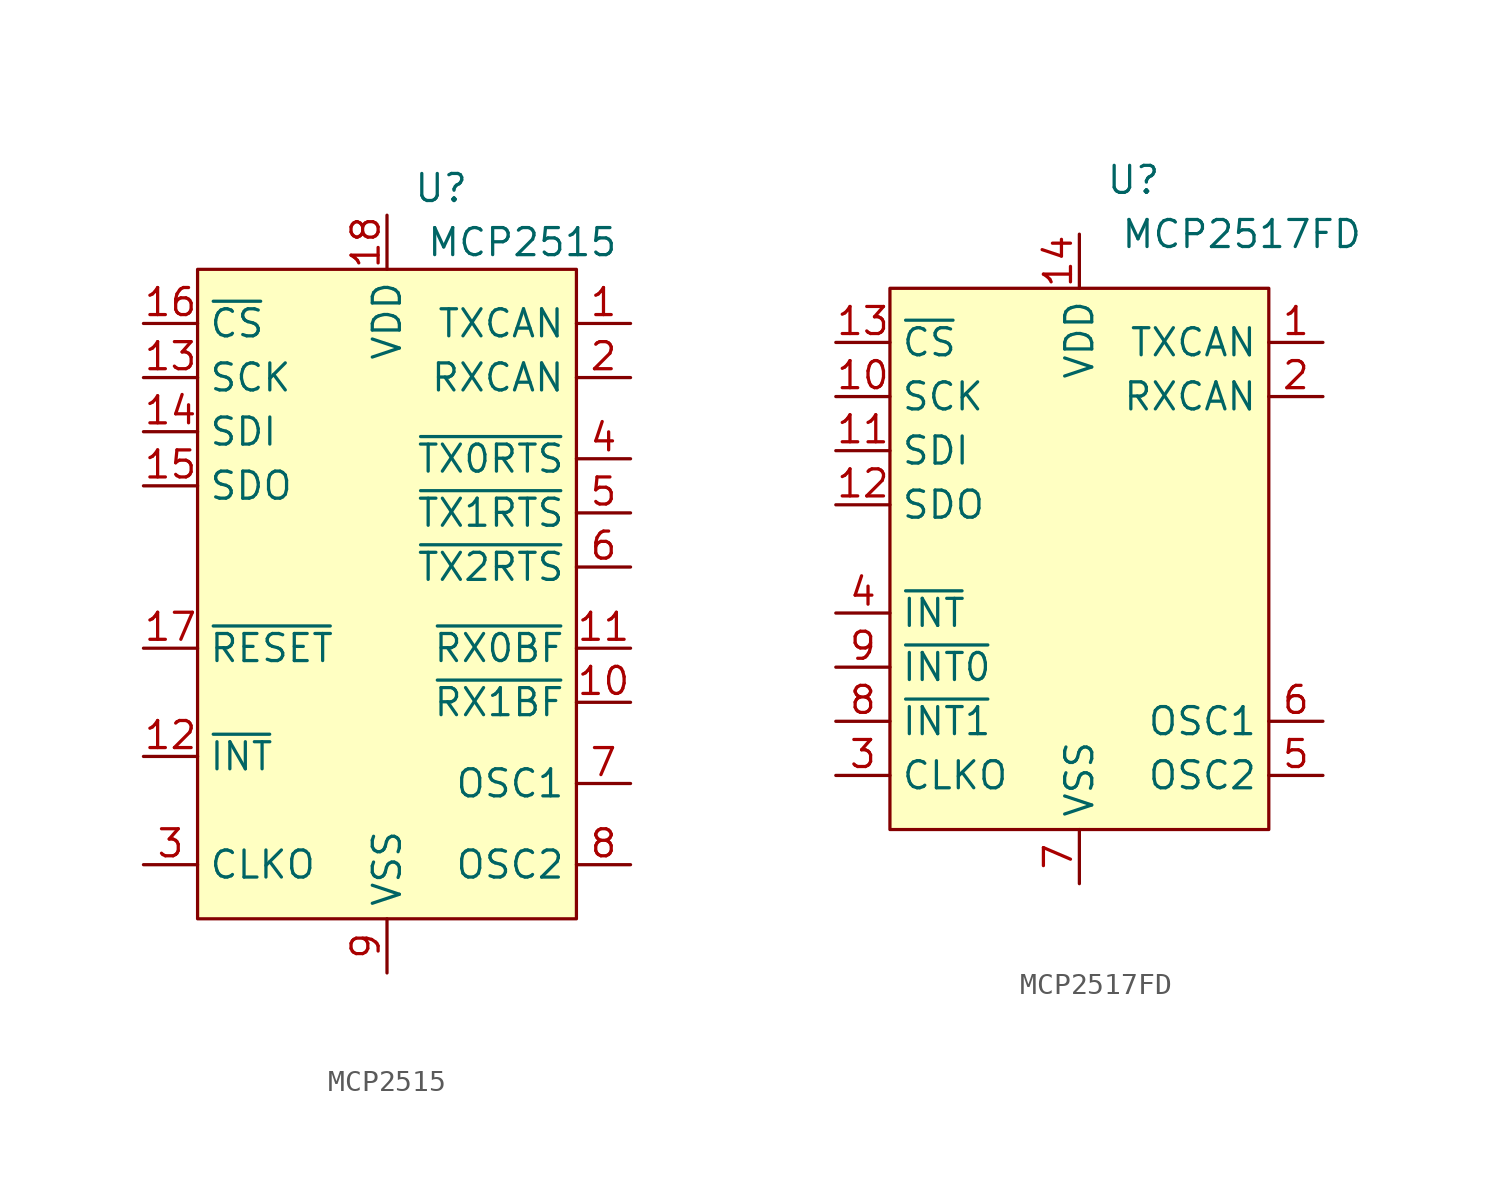
<source format=kicad_sym>
(kicad_symbol_lib
  (version 20211014)
  (generator kicad_symbol_editor)
  (symbol "MCP2515"
    (property "Reference" "U"
      (at 2.54 19.05 0)
      (effects (font (size 1.27 1.27))))
    (property "Value" "MCP2515"
      (at 6.35 16.51 0)
      (effects (font (size 1.27 1.27))))
    (symbol "MCP2515_0_1"
      (rectangle (start -8.89 15.24) (end 8.89 -15.24) (stroke (width 0.152) (type default) (color 0 0 0 0)) (fill (type background))))
    (symbol "MCP2515_1_1"
      (pin output line (at 11.43 12.7 180) (length 2.54) (name "TXCAN" (effects (font (size 1.27 1.27)))) (number "1" (effects (font (size 1.27 1.27)))))
      (pin output line (at 11.43 -5.08 180) (length 2.54) (name "~{RX1BF}" (effects (font (size 1.27 1.27)))) (number "10" (effects (font (size 1.27 1.27)))))
      (pin output line (at 11.43 -2.54 180) (length 2.54) (name "~{RX0BF}" (effects (font (size 1.27 1.27)))) (number "11" (effects (font (size 1.27 1.27)))))
      (pin output line (at -11.43 -7.62 0) (length 2.54) (name "~{INT}" (effects (font (size 1.27 1.27)))) (number "12" (effects (font (size 1.27 1.27)))))
      (pin input line (at -11.43 10.16 0) (length 2.54) (name "SCK" (effects (font (size 1.27 1.27)))) (number "13" (effects (font (size 1.27 1.27)))))
      (pin input line (at -11.43 7.62 0) (length 2.54) (name "SDI" (effects (font (size 1.27 1.27)))) (number "14" (effects (font (size 1.27 1.27)))))
      (pin output line (at -11.43 5.08 0) (length 2.54) (name "SDO" (effects (font (size 1.27 1.27)))) (number "15" (effects (font (size 1.27 1.27)))))
      (pin input line (at -11.43 12.7 0) (length 2.54) (name "~{CS}" (effects (font (size 1.27 1.27)))) (number "16" (effects (font (size 1.27 1.27)))))
      (pin input line (at -11.43 -2.54 0) (length 2.54) (name "~{RESET}" (effects (font (size 1.27 1.27)))) (number "17" (effects (font (size 1.27 1.27)))))
      (pin power_in line (at 0 17.78 270) (length 2.54) (name "VDD" (effects (font (size 1.27 1.27)))) (number "18" (effects (font (size 1.27 1.27)))))
      (pin input line (at 11.43 10.16 180) (length 2.54) (name "RXCAN" (effects (font (size 1.27 1.27)))) (number "2" (effects (font (size 1.27 1.27)))))
      (pin output line (at -11.43 -12.7 0) (length 2.54) (name "CLKO" (effects (font (size 1.27 1.27)))) (number "3" (effects (font (size 1.27 1.27)))))
      (pin input line (at 11.43 6.35 180) (length 2.54) (name "~{TX0RTS}" (effects (font (size 1.27 1.27)))) (number "4" (effects (font (size 1.27 1.27)))))
      (pin input line (at 11.43 3.81 180) (length 2.54) (name "~{TX1RTS}" (effects (font (size 1.27 1.27)))) (number "5" (effects (font (size 1.27 1.27)))))
      (pin input line (at 11.43 1.27 180) (length 2.54) (name "~{TX2RTS}" (effects (font (size 1.27 1.27)))) (number "6" (effects (font (size 1.27 1.27)))))
      (pin input line (at 11.43 -8.89 180) (length 2.54) (name "OSC1" (effects (font (size 1.27 1.27)))) (number "7" (effects (font (size 1.27 1.27)))))
      (pin output line (at 11.43 -12.7 180) (length 2.54) (name "OSC2" (effects (font (size 1.27 1.27)))) (number "8" (effects (font (size 1.27 1.27)))))
      (pin power_in line (at 0 -17.78 90) (length 2.54) (name "VSS" (effects (font (size 1.27 1.27)))) (number "9" (effects (font (size 1.27 1.27)))))))
  (symbol "MCP2517FD"
    (property "Reference" "U"
      (at 2.54 17.78 0)
      (effects (font (size 1.27 1.27))))
    (property "Value" "MCP2517FD"
      (at 7.62 15.24 0)
      (effects (font (size 1.27 1.27))))
    (symbol "MCP2517FD_0_1"
      (rectangle (start -8.89 12.7) (end 8.89 -12.7) (stroke (width 0.152) (type default) (color 0 0 0 0)) (fill (type background))))
    (symbol "MCP2517FD_1_1"
      (pin output line (at 11.43 10.16 180) (length 2.54) (name "TXCAN" (effects (font (size 1.27 1.27)))) (number "1" (effects (font (size 1.27 1.27)))))
      (pin input line (at -11.43 7.62 0) (length 2.54) (name "SCK" (effects (font (size 1.27 1.27)))) (number "10" (effects (font (size 1.27 1.27)))))
      (pin input line (at -11.43 5.08 0) (length 2.54) (name "SDI" (effects (font (size 1.27 1.27)))) (number "11" (effects (font (size 1.27 1.27)))))
      (pin output line (at -11.43 2.54 0) (length 2.54) (name "SDO" (effects (font (size 1.27 1.27)))) (number "12" (effects (font (size 1.27 1.27)))))
      (pin input line (at -11.43 10.16 0) (length 2.54) (name "~{CS}" (effects (font (size 1.27 1.27)))) (number "13" (effects (font (size 1.27 1.27)))))
      (pin power_in line (at 0 15.24 270) (length 2.54) (name "VDD" (effects (font (size 1.27 1.27)))) (number "14" (effects (font (size 1.27 1.27)))))
      (pin input line (at 11.43 7.62 180) (length 2.54) (name "RXCAN" (effects (font (size 1.27 1.27)))) (number "2" (effects (font (size 1.27 1.27)))))
      (pin output line (at -11.43 -10.16 0) (length 2.54) (name "CLKO" (effects (font (size 1.27 1.27)))) (number "3" (effects (font (size 1.27 1.27)))))
      (pin output line (at -11.43 -2.54 0) (length 2.54) (name "~{INT}" (effects (font (size 1.27 1.27)))) (number "4" (effects (font (size 1.27 1.27)))))
      (pin output line (at 11.43 -10.16 180) (length 2.54) (name "OSC2" (effects (font (size 1.27 1.27)))) (number "5" (effects (font (size 1.27 1.27)))))
      (pin input line (at 11.43 -7.62 180) (length 2.54) (name "OSC1" (effects (font (size 1.27 1.27)))) (number "6" (effects (font (size 1.27 1.27)))))
      (pin power_in line (at 0 -15.24 90) (length 2.54) (name "VSS" (effects (font (size 1.27 1.27)))) (number "7" (effects (font (size 1.27 1.27)))))
      (pin output line (at -11.43 -7.62 0) (length 2.54) (name "~{INT1}" (effects (font (size 1.27 1.27)))) (number "8" (effects (font (size 1.27 1.27)))))
      (pin output line (at -11.43 -5.08 0) (length 2.54) (name "~{INT0}" (effects (font (size 1.27 1.27)))) (number "9" (effects (font (size 1.27 1.27))))))))
</source>
